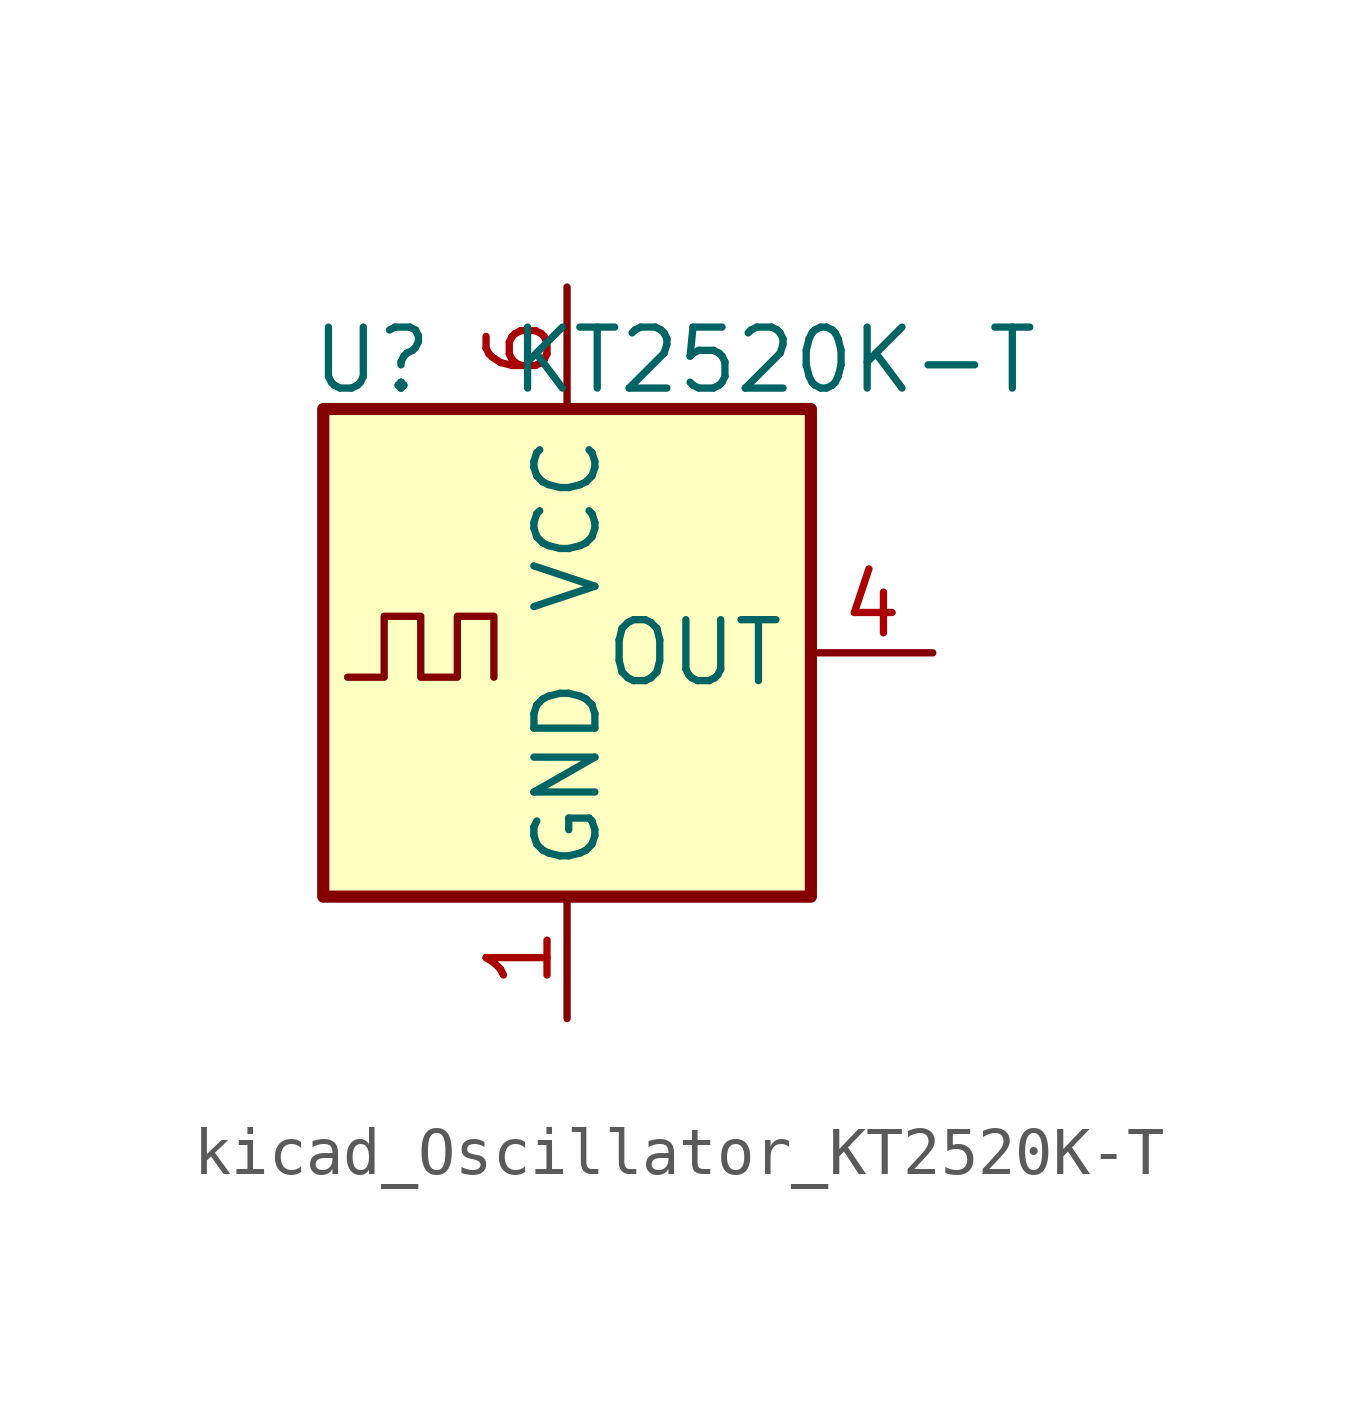
<source format=kicad_sym>
(kicad_symbol_lib
  (version 20220914)
  (generator kicad_symbol_editor)
  (symbol "kicad_Oscillator_KT2520K-T"
    (property "Reference" "U"
      (at -4.064 6.096 0)
      (effects (font (size 1.27 1.27))))
    (property "Value" "KT2520K-T"
      (at 4.318 6.096 0)
      (effects (font (size 1.27 1.27))))
    (symbol "kicad_Oscillator_KT2520K-T_0_1"
      (rectangle (start -5.08 5.08) (end 5.08 -5.08) (stroke (width 0.254) (type default)) (fill (type background)))
      (polyline (pts (xy -4.572 -0.508) (xy -3.81 -0.508) (xy -3.81 0.762) (xy -3.048 0.762) (xy -3.048 -0.508) (xy -2.286 -0.508) (xy -2.286 0.762) (xy -1.524 0.762) (xy -1.524 -0.508)) (stroke (width 0) (type default)) (fill (type none))))
    (symbol "kicad_Oscillator_KT2520K-T_1_1"
      (pin power_in line (at 0 -7.62 90) (length 2.54) (name "GND" (effects (font (size 1.27 1.27)))) (number "1" (effects (font (size 1.27 1.27)))))
      (pin no_connect line (at -5.08 2.54 0) (length 2.54) hide (name "NC" (effects (font (size 1.27 1.27)))) (number "2" (effects (font (size 1.27 1.27)))))
      (pin passive line (at 0 -7.62 90) (length 2.54) hide (name "GND" (effects (font (size 1.27 1.27)))) (number "3" (effects (font (size 1.27 1.27)))))
      (pin output line (at 7.62 0 180) (length 2.54) (name "OUT" (effects (font (size 1.27 1.27)))) (number "4" (effects (font (size 1.27 1.27)))))
      (pin no_connect line (at -5.08 -2.54 0) (length 2.54) hide (name "NC" (effects (font (size 1.27 1.27)))) (number "5" (effects (font (size 1.27 1.27)))))
      (pin power_in line (at 0 7.62 270) (length 2.54) (name "VCC" (effects (font (size 1.27 1.27)))) (number "6" (effects (font (size 1.27 1.27))))))))
</source>
